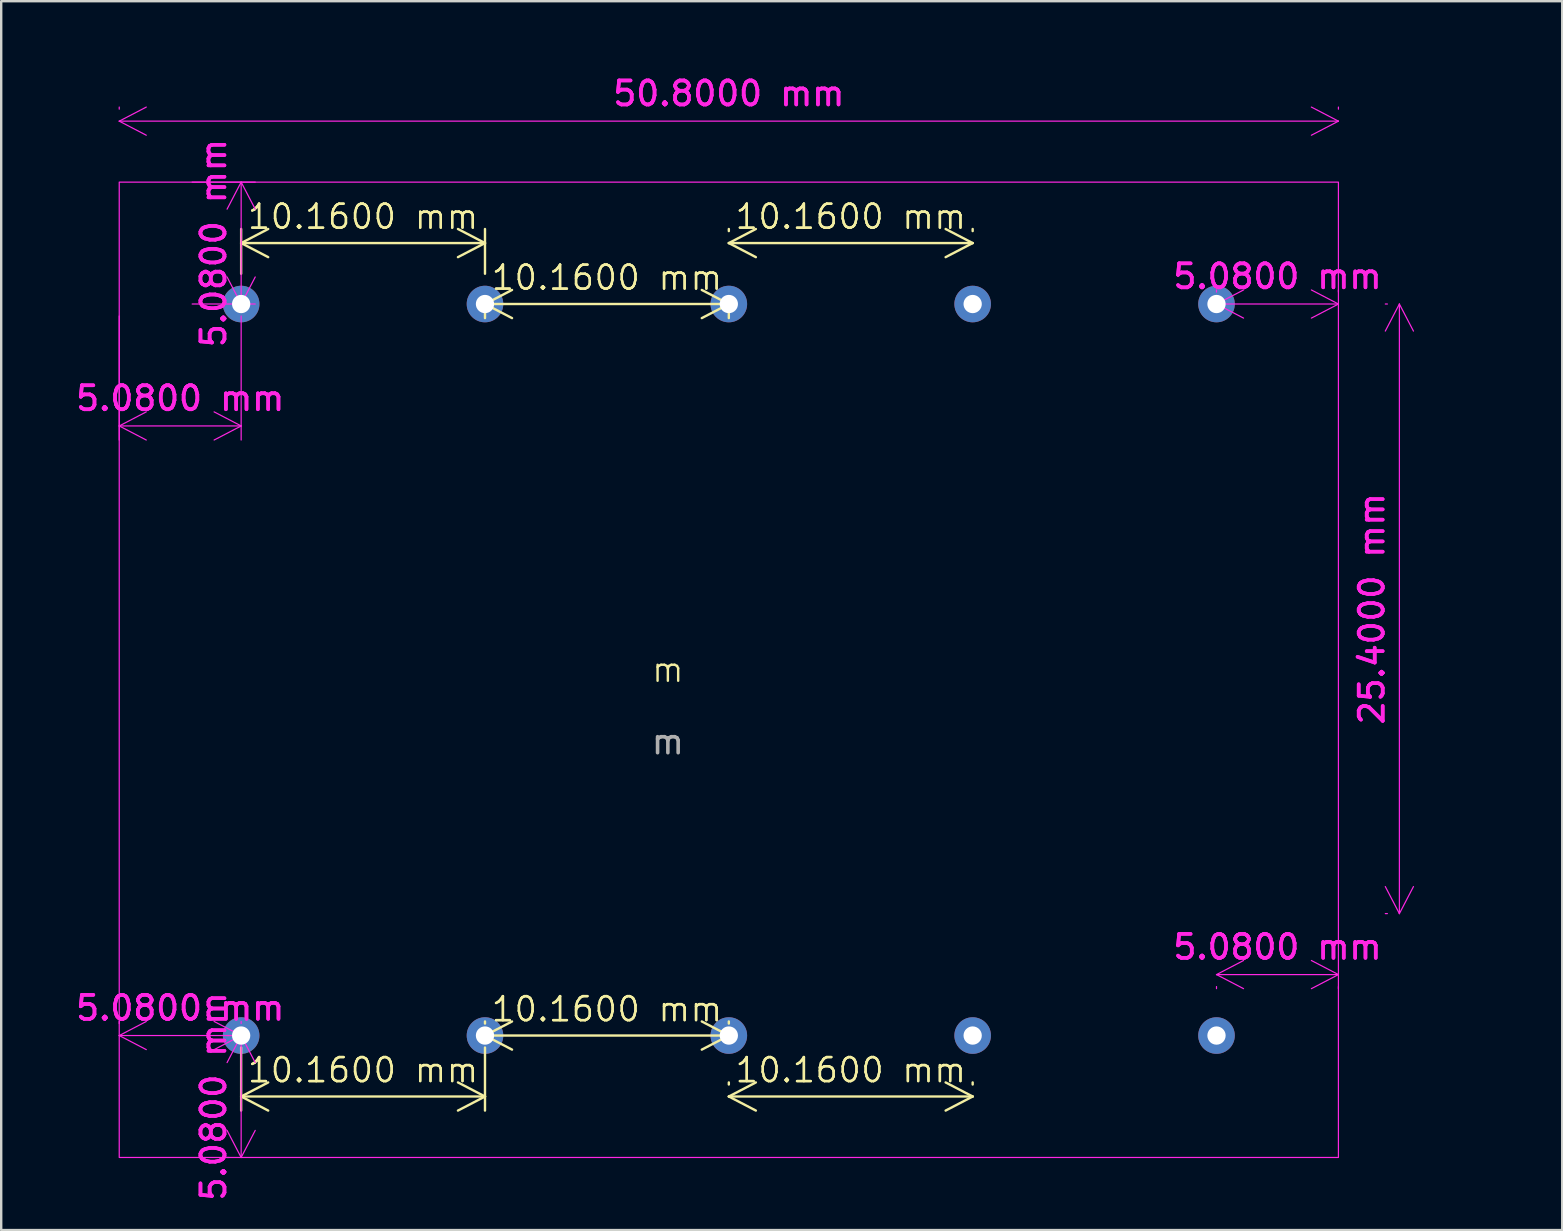
<source format=kicad_pcb>
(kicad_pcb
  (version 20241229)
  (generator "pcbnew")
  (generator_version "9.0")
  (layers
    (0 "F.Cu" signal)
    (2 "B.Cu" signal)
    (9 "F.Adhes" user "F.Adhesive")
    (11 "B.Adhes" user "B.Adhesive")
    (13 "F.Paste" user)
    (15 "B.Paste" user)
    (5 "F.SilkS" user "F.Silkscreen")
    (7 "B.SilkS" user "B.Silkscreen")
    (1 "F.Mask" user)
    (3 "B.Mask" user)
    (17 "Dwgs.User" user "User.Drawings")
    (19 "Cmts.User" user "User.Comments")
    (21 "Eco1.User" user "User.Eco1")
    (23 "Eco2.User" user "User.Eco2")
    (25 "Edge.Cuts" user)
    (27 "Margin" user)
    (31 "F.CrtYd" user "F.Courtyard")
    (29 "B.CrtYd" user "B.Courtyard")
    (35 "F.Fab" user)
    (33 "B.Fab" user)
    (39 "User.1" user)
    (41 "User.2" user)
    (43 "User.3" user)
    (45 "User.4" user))
  (footprint "m"
    (layer "F.Cu")
    (at 1.918 4.538)
    (property "Reference" "m" (at 22.86 20.32 0) (unlocked yes) (layer "F.SilkS") (effects (font (size 1 1) (thickness 0.1))))
    (attr through_hole)
    (fp_rect (start 0 0) (end 50.8 40.64) (stroke (width 0.05) (type default)) (fill no) (layer "F.CrtYd"))
    (fp_text user "${REFERENCE}" (at 22.86 23.32 0) (unlocked yes) (layer "F.Fab") (effects (font (size 1 1) (thickness 0.15))))
    (dimension (type aligned) (layer "F.SilkS") (pts (xy 17.158 40.098) (xy 27.318 40.098)) (height 0) (format (prefix "") (suffix "") (units 3) (units_format 1) (precision 4)) (style (thickness 0.1) (arrow_length 1.27) (text_position_mode 0) (arrow_direction outward) (extension_height 0.586) (extension_offset 0.5) (keep_text_aligned yes)) (gr_text "10.1600 mm" (at 22.238 38.998 0) (layer "F.SilkS") (effects (font (size 1 1) (thickness 0.1)))))
    (dimension (type aligned) (layer "F.SilkS") (pts (xy 27.318 7.078) (xy 37.478 7.078)) (height 0) (format (prefix "") (suffix "") (units 3) (units_format 1) (precision 4)) (style (thickness 0.1) (arrow_length 1.27) (text_position_mode 0) (arrow_direction outward) (extension_height 0.586) (extension_offset 0.5) (keep_text_aligned yes)) (gr_text "10.1600 mm" (at 32.398 5.978 0) (layer "F.SilkS") (effects (font (size 1 1) (thickness 0.1)))))
    (dimension (type aligned) (layer "F.SilkS") (pts (xy 6.998 40.098) (xy 17.158 40.098)) (height 2.54) (format (prefix "") (suffix "") (units 3) (units_format 1) (precision 4)) (style (thickness 0.1) (arrow_length 1.27) (text_position_mode 0) (arrow_direction outward) (extension_height 0.586) (extension_offset 0.5) (keep_text_aligned yes)) (gr_text "10.1600 mm" (at 12.078 41.538 0) (layer "F.SilkS") (effects (font (size 1 1) (thickness 0.1)))))
    (dimension (type aligned) (layer "F.SilkS") (pts (xy 27.318 42.638) (xy 37.478 42.638)) (height 0) (format (prefix "") (suffix "") (units 3) (units_format 1) (precision 4)) (style (thickness 0.1) (arrow_length 1.27) (text_position_mode 0) (arrow_direction outward) (extension_height 0.586) (extension_offset 0.5) (keep_text_aligned yes)) (gr_text "10.1600 mm" (at 32.398 41.538 0) (layer "F.SilkS") (effects (font (size 1 1) (thickness 0.1)))))
    (dimension (type aligned) (layer "F.SilkS") (pts (xy 6.998 8.856) (xy 17.158 8.856)) (height -1.778) (format (prefix "") (suffix "") (units 3) (units_format 1) (precision 4)) (style (thickness 0.1) (arrow_length 1.27) (text_position_mode 0) (arrow_direction outward) (extension_height 0.586) (extension_offset 0.5) (keep_text_aligned yes)) (gr_text "10.1600 mm" (at 12.078 5.978 0) (layer "F.SilkS") (effects (font (size 1 1) (thickness 0.1)))))
    (dimension (type aligned) (layer "F.SilkS") (pts (xy 17.158 8.856) (xy 27.318 8.856)) (height 0.762) (format (prefix "") (suffix "") (units 3) (units_format 1) (precision 4)) (style (thickness 0.1) (arrow_length 1.27) (text_position_mode 0) (arrow_direction outward) (extension_height 0.586) (extension_offset 0.5) (keep_text_aligned yes)) (gr_text "10.1600 mm" (at 22.238 8.518 0) (layer "F.SilkS") (effects (font (size 1 1) (thickness 0.1)))))
    (dimension (type aligned) (layer "F.CrtYd") (pts (xy 1.918 40.098) (xy 6.998 40.098)) (height 0) (format (prefix "") (suffix "") (units 3) (units_format 1) (precision 4)) (style (thickness 0.05) (arrow_length 1.27) (text_position_mode 0) (arrow_direction outward) (extension_height 0.586) (extension_offset 0.5) (keep_text_aligned yes)) (gr_text "5.0800 mm" (at 4.458 38.948 0) (layer "F.CrtYd") (effects (font (size 1 1) (thickness 0.15)))))
    (dimension (type aligned) (layer "F.CrtYd") (pts (xy 6.998 45.178) (xy 6.998 40.098)) (height 0) (format (prefix "") (suffix "") (units 3) (units_format 1) (precision 4)) (style (thickness 0.05) (arrow_length 1.27) (text_position_mode 0) (arrow_direction outward) (extension_height 0.586) (extension_offset 0.5) (keep_text_aligned yes)) (gr_text "5.0800 mm" (at 5.848 42.638 90) (layer "F.CrtYd") (effects (font (size 1 1) (thickness 0.15)))))
    (dimension (type aligned) (layer "F.CrtYd") (pts (xy 1.918 1.998) (xy 52.718 1.998)) (height 0) (format (prefix "") (suffix "") (units 3) (units_format 1) (precision 4)) (style (thickness 0.05) (arrow_length 1.27) (text_position_mode 0) (arrow_direction outward) (extension_height 0.586) (extension_offset 0.5) (keep_text_aligned yes)) (gr_text "50.8000 mm" (at 27.318 0.848 0) (layer "F.CrtYd") (effects (font (size 1 1) (thickness 0.15)))))
    (dimension (type aligned) (layer "F.CrtYd") (pts (xy 52.718 37.558) (xy 47.638 37.558)) (height 0) (format (prefix "") (suffix "") (units 3) (units_format 1) (precision 4)) (style (thickness 0.05) (arrow_length 1.27) (text_position_mode 0) (arrow_direction outward) (extension_height 0.586) (extension_offset 0.5) (keep_text_aligned yes)) (gr_text "5.0800 mm" (at 50.178 36.408 0) (layer "F.CrtYd") (effects (font (size 1 1) (thickness 0.15)))))
    (dimension (type aligned) (layer "F.CrtYd") (pts (xy 1.918 9.618) (xy 6.998 9.618)) (height 5.08) (format (prefix "") (suffix "") (units 3) (units_format 1) (precision 4)) (style (thickness 0.05) (arrow_length 1.27) (text_position_mode 0) (arrow_direction outward) (extension_height 0.586) (extension_offset 0.5) (keep_text_aligned yes)) (gr_text "5.0800 mm" (at 4.458 13.548 0) (layer "F.CrtYd") (effects (font (size 1 1) (thickness 0.15)))))
    (dimension (type aligned) (layer "F.CrtYd") (pts (xy 47.638 9.618) (xy 52.718 9.618)) (height 0) (format (prefix "") (suffix "") (units 3) (units_format 1) (precision 4)) (style (thickness 0.05) (arrow_length 1.27) (text_position_mode 0) (arrow_direction outward) (extension_height 0.586) (extension_offset 0.5) (keep_text_aligned yes)) (gr_text "5.0800 mm" (at 50.178 8.468 0) (layer "F.CrtYd") (effects (font (size 1 1) (thickness 0.15)))))
    (dimension (type aligned) (layer "F.CrtYd") (pts (xy 55.258 35.018) (xy 55.258 9.618)) (height 0) (format (prefix "") (suffix "") (units 3) (units_format 1) (precision 4)) (style (thickness 0.05) (arrow_length 1.27) (text_position_mode 0) (arrow_direction outward) (extension_height 0.586) (extension_offset 0.5) (keep_text_aligned yes)) (gr_text "25.4000 mm" (at 54.108 22.318 90) (layer "F.CrtYd") (effects (font (size 1 1) (thickness 0.15)))))
    (dimension (type aligned) (layer "F.CrtYd") (pts (xy 4.458 4.538) (xy 4.458 9.618)) (height -2.54) (format (prefix "") (suffix "") (units 3) (units_format 1) (precision 4)) (style (thickness 0.05) (arrow_length 1.27) (text_position_mode 0) (arrow_direction outward) (extension_height 0.586) (extension_offset 0.5) (keep_text_aligned yes)) (gr_text "5.0800 mm" (at 5.848 7.078 90) (layer "F.CrtYd") (effects (font (size 1 1) (thickness 0.15)))))
    (pad "11" thru_hole circle (at 5.08 5.08) (size 1.524 1.524) (drill 0.762) (layers "*.Cu" "*.Mask"))
    (pad "12" thru_hole circle (at 15.24 5.08) (size 1.524 1.524) (drill 0.762) (layers "*.Cu" "*.Mask"))
    (pad "13" thru_hole circle (at 25.4 5.08) (size 1.524 1.524) (drill 0.762) (layers "*.Cu" "*.Mask"))
    (pad "14" thru_hole circle (at 35.56 5.08) (size 1.524 1.524) (drill 0.762) (layers "*.Cu" "*.Mask"))
    (pad "15" thru_hole circle (at 45.72 5.08) (size 1.524 1.524) (drill 0.762) (layers "*.Cu" "*.Mask"))
    (pad "16" thru_hole circle (at 5.08 35.56) (size 1.524 1.524) (drill 0.762) (layers "*.Cu" "*.Mask"))
    (pad "17" thru_hole circle (at 15.24 35.56) (size 1.524 1.524) (drill 0.762) (layers "*.Cu" "*.Mask"))
    (pad "18" thru_hole circle (at 25.4 35.56) (size 1.524 1.524) (drill 0.762) (layers "*.Cu" "*.Mask"))
    (pad "19" thru_hole circle (at 35.56 35.56) (size 1.524 1.524) (drill 0.762) (layers "*.Cu" "*.Mask"))
    (pad "20" thru_hole circle (at 45.72 35.56) (size 1.524 1.524) (drill 0.762) (layers "*.Cu" "*.Mask")))
  (gr_rect
    (start -3 -3)
    (end 62.043 48.203)
    (stroke (width 0.1) (type default))
    (fill no)
    (layer "Edge.Cuts")))
</source>
